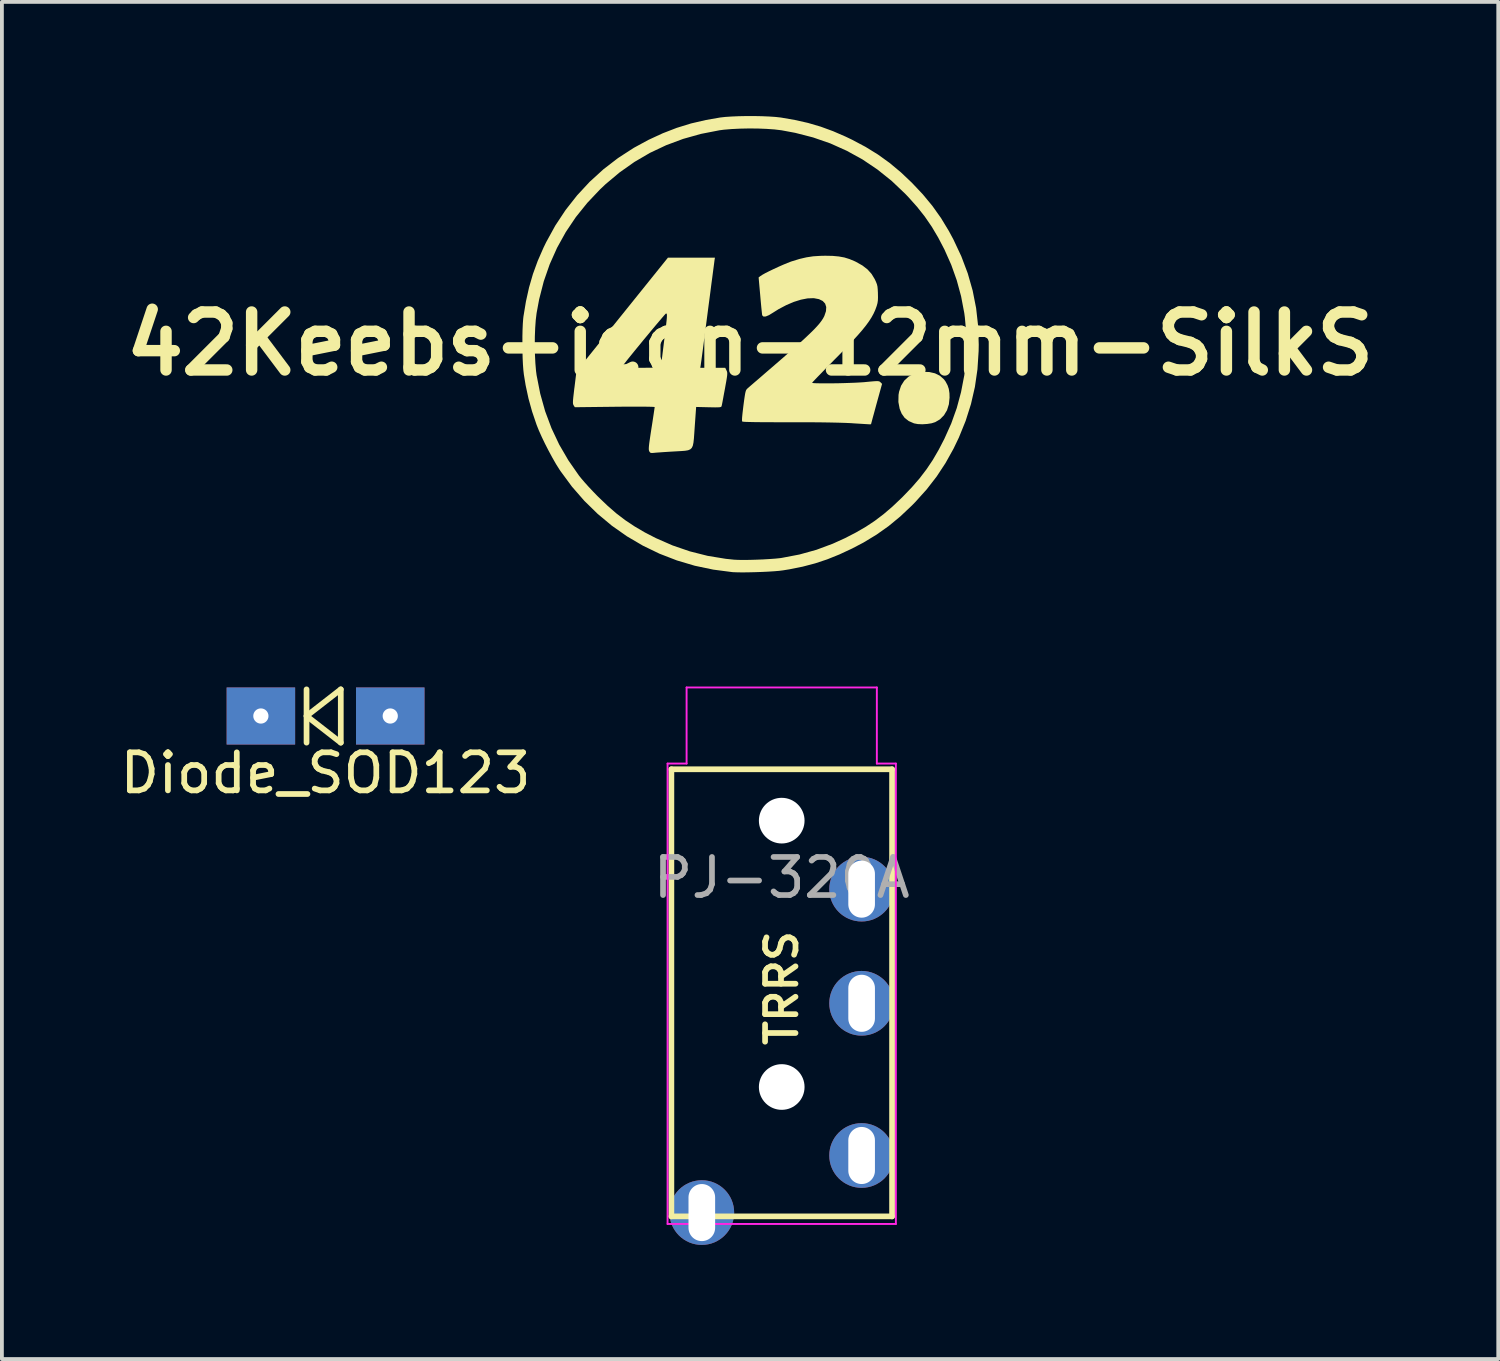
<source format=kicad_pcb>
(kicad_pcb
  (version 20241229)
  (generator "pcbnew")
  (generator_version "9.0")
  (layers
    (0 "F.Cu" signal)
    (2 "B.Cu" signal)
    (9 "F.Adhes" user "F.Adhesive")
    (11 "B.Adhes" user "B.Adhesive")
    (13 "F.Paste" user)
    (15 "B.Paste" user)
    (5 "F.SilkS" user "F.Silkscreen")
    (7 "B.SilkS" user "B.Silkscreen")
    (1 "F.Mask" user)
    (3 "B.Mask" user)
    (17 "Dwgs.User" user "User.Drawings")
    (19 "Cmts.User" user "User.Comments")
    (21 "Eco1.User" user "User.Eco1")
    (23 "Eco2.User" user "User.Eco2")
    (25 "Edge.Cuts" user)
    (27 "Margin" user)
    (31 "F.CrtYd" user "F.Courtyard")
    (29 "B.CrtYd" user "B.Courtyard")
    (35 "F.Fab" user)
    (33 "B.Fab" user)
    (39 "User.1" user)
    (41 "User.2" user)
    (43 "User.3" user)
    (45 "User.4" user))
  (footprint "PJ-320A"
    (layer "F.Cu")
    (at 17.494 17.017)
    (property "Reference" "PJ-320A" (at 0 3 0) (layer "F.Fab") (effects (font (size 1 1) (thickness 0.15))))
    (attr through_hole)
    (fp_line (start -2.9 0.15) (end 2.9 0.15) (stroke (width 0.15) (type solid)) (layer "F.SilkS"))
    (fp_line (start -2.9 11.9) (end -2.9 0.15) (stroke (width 0.15) (type solid)) (layer "F.SilkS"))
    (fp_line (start 2.9 0.15) (end 2.9 11.9) (stroke (width 0.15) (type solid)) (layer "F.SilkS"))
    (fp_line (start 2.9 11.9) (end -2.9 11.9) (stroke (width 0.15) (type solid)) (layer "F.SilkS"))
    (fp_line (start -3 0) (end -2.5 0) (stroke (width 0.05) (type solid)) (layer "F.CrtYd"))
    (fp_line (start -3 12.1) (end -3 0) (stroke (width 0.05) (type solid)) (layer "F.CrtYd"))
    (fp_line (start -2.5 -2) (end 2.5 -2) (stroke (width 0.05) (type solid)) (layer "F.CrtYd"))
    (fp_line (start -2.5 0) (end -2.5 -2) (stroke (width 0.05) (type solid)) (layer "F.CrtYd"))
    (fp_line (start 2.5 -2) (end 2.5 0) (stroke (width 0.05) (type solid)) (layer "F.CrtYd"))
    (fp_line (start 2.5 0) (end 3 0) (stroke (width 0.05) (type solid)) (layer "F.CrtYd"))
    (fp_line (start 3 12.1) (end -3 12.1) (stroke (width 0.05) (type solid)) (layer "F.CrtYd"))
    (fp_line (start 3 12.1) (end 3 0) (stroke (width 0.05) (type solid)) (layer "F.CrtYd"))
    (fp_text user "TRRS" (at 0 5.9 90) (layer "F.SilkS") (effects (font (size 0.8 0.8) (thickness 0.15))))
    (pad "" np_thru_hole circle (at 0 1.5) (size 1.2 1.2) (drill 1.2) (layers "*.Cu" "*.Mask"))
    (pad "" np_thru_hole circle (at 0 8.5) (size 1.2 1.2) (drill 1.2) (layers "*.Cu" "*.Mask"))
    (pad "A" thru_hole circle (at -2.1 11.8) (size 1.7 1.7) (drill oval 0.7 1.5) (layers "*.Cu" "B.Mask"))
    (pad "B" thru_hole circle (at 2.1 3.3) (size 1.7 1.7) (drill oval 0.7 1.5) (layers "*.Cu" "B.Mask"))
    (pad "C" thru_hole circle (at 2.1 6.3) (size 1.7 1.7) (drill oval 0.7 1.5) (layers "*.Cu" "B.Mask"))
    (pad "D" thru_hole circle (at 2.1 10.3) (size 1.7 1.7) (drill oval 0.7 1.5) (layers "*.Cu" "B.Mask")))
  (footprint "Diode_SOD123"
    (placed yes)
    (layer "F.Cu")
    (at 5.506 15.767)
    (property "Reference" "Diode_SOD123" (at 0 1.5 0) (layer "F.SilkS") (effects (font (size 1 1) (thickness 0.15))))
    (attr through_hole)
    (fp_line (start -0.5 -0.7) (end -0.5 0.7) (stroke (width 0.15) (type solid)) (layer "F.SilkS"))
    (fp_line (start -0.5 0) (end 0.4 -0.7) (stroke (width 0.15) (type solid)) (layer "F.SilkS"))
    (fp_line (start 0.4 -0.7) (end 0.4 0.7) (stroke (width 0.15) (type solid)) (layer "F.SilkS"))
    (fp_line (start 0.4 0.7) (end -0.5 0) (stroke (width 0.15) (type solid)) (layer "F.SilkS"))
    (pad "1" thru_hole rect (at -1.7 0) (size 1.8 1.5) (drill 0.4) (layers "*.Cu" "F.Mask"))
    (pad "2" thru_hole rect (at 1.7 0) (size 1.8 1.5) (drill 0.4) (layers "*.Cu" "F.Mask")))
  (footprint "42Keebs-icon-12mm-SilkS"
    (layer "F.Cu")
    (at 16.662 5.984)
    (property "Reference" "42Keebs-icon-12mm-SilkS" (at 0 0 0) (layer "F.SilkS") (effects (font (size 1.524 1.524) (thickness 0.3))))
    (attr board_only exclude_from_pos_files exclude_from_bom)
    (fp_poly (pts (xy 4.706 0.742) (xy 4.86 0.777) (xy 4.991 0.842) (xy 5.097 0.937) (xy 5.138 0.993) (xy 5.19 1.09) (xy 5.223 1.187) (xy 5.24 1.3) (xy 5.243 1.417) (xy 5.225 1.591) (xy 5.176 1.747) (xy 5.096 1.88) (xy 4.99 1.987) (xy 4.866 2.06) (xy 4.772 2.09) (xy 4.654 2.108) (xy 4.528 2.116) (xy 4.409 2.111) (xy 4.313 2.093) (xy 4.308 2.092) (xy 4.169 2.031) (xy 4.063 1.948) (xy 3.984 1.837) (xy 3.932 1.711) (xy 3.898 1.531) (xy 3.902 1.343) (xy 3.916 1.26) (xy 3.969 1.102) (xy 4.052 0.97) (xy 4.163 0.866) (xy 4.301 0.791) (xy 4.463 0.748) (xy 4.533 0.74)) (stroke (width 0) (type solid)) (fill yes) (layer "F.SilkS"))
    (fp_poly (pts (xy -0.931 -2.217) (xy -0.935 -2.189) (xy -0.943 -2.125) (xy -0.956 -2.026) (xy -0.973 -1.898) (xy -0.993 -1.744) (xy -1.017 -1.566) (xy -1.042 -1.369) (xy -1.07 -1.156) (xy -1.1 -0.93) (xy -1.112 -0.836) (xy -1.142 -0.605) (xy -1.171 -0.385) (xy -1.198 -0.18) (xy -1.222 0.008) (xy -1.244 0.175) (xy -1.263 0.317) (xy -1.278 0.43) (xy -1.29 0.512) (xy -1.296 0.558) (xy -1.297 0.566) (xy -1.309 0.632) (xy -0.652 0.632) (xy -0.619 0.701) (xy -0.608 0.726) (xy -0.601 0.753) (xy -0.599 0.786) (xy -0.602 0.833) (xy -0.611 0.899) (xy -0.626 0.99) (xy -0.648 1.112) (xy -0.661 1.185) (xy -0.685 1.312) (xy -0.706 1.427) (xy -0.724 1.524) (xy -0.738 1.595) (xy -0.747 1.634) (xy -0.748 1.638) (xy -0.754 1.652) (xy -0.769 1.662) (xy -0.797 1.668) (xy -0.846 1.671) (xy -0.92 1.672) (xy -1.027 1.67) (xy -1.088 1.669) (xy -1.417 1.661) (xy -1.454 2.181) (xy -1.466 2.356) (xy -1.476 2.494) (xy -1.488 2.601) (xy -1.505 2.681) (xy -1.532 2.737) (xy -1.572 2.775) (xy -1.628 2.799) (xy -1.704 2.812) (xy -1.805 2.82) (xy -1.933 2.827) (xy -2.003 2.831) (xy -2.136 2.839) (xy -2.262 2.847) (xy -2.373 2.855) (xy -2.46 2.861) (xy -2.515 2.866) (xy -2.518 2.867) (xy -2.58 2.871) (xy -2.616 2.866) (xy -2.638 2.845) (xy -2.649 2.826) (xy -2.657 2.806) (xy -2.661 2.779) (xy -2.661 2.74) (xy -2.657 2.684) (xy -2.648 2.606) (xy -2.633 2.501) (xy -2.613 2.365) (xy -2.592 2.228) (xy -2.569 2.083) (xy -2.549 1.951) (xy -2.532 1.838) (xy -2.519 1.749) (xy -2.51 1.689) (xy -2.507 1.663) (xy -2.507 1.663) (xy -2.527 1.66) (xy -2.585 1.657) (xy -2.678 1.655) (xy -2.803 1.653) (xy -2.958 1.653) (xy -3.139 1.653) (xy -3.344 1.654) (xy -3.556 1.656) (xy -4.605 1.668) (xy -4.636 1.62) (xy -4.646 1.601) (xy -4.653 1.576) (xy -4.655 1.54) (xy -4.653 1.487) (xy -4.646 1.411) (xy -4.634 1.307) (xy -4.618 1.169) (xy -4.615 1.15) (xy -4.563 0.727) (xy -4.466 0.606) (xy -3.369 0.606) (xy -3.368 0.614) (xy -3.347 0.621) (xy -3.303 0.625) (xy -3.232 0.629) (xy -3.131 0.631) (xy -2.996 0.632) (xy -2.867 0.632) (xy -2.726 0.631) (xy -2.599 0.63) (xy -2.492 0.627) (xy -2.41 0.624) (xy -2.359 0.62) (xy -2.344 0.617) (xy -2.342 0.593) (xy -2.335 0.535) (xy -2.324 0.445) (xy -2.309 0.331) (xy -2.292 0.195) (xy -2.273 0.044) (xy -2.263 -0.041) (xy -2.238 -0.235) (xy -2.219 -0.393) (xy -2.204 -0.518) (xy -2.193 -0.615) (xy -2.187 -0.685) (xy -2.185 -0.735) (xy -2.186 -0.767) (xy -2.19 -0.785) (xy -2.198 -0.793) (xy -2.208 -0.795) (xy -2.209 -0.795) (xy -2.226 -0.78) (xy -2.265 -0.737) (xy -2.323 -0.669) (xy -2.398 -0.581) (xy -2.486 -0.477) (xy -2.584 -0.36) (xy -2.689 -0.233) (xy -2.799 -0.101) (xy -2.908 0.033) (xy -3.016 0.164) (xy -3.118 0.29) (xy -3.212 0.406) (xy -3.293 0.509) (xy -3.361 0.595) (xy -3.369 0.606) (xy -4.466 0.606) (xy -2.158 -2.263) (xy -0.923 -2.263)) (stroke (width 0) (type solid)) (fill yes) (layer "F.SilkS"))
    (fp_poly (pts (xy 2.17 -2.309) (xy 2.332 -2.294) (xy 2.477 -2.268) (xy 2.612 -2.226) (xy 2.751 -2.168) (xy 2.786 -2.151) (xy 2.954 -2.056) (xy 3.088 -1.952) (xy 3.194 -1.834) (xy 3.277 -1.697) (xy 3.311 -1.623) (xy 3.334 -1.564) (xy 3.348 -1.505) (xy 3.355 -1.433) (xy 3.36 -1.336) (xy 3.36 -1.327) (xy 3.362 -1.218) (xy 3.359 -1.136) (xy 3.349 -1.068) (xy 3.33 -0.999) (xy 3.323 -0.978) (xy 3.288 -0.883) (xy 3.245 -0.789) (xy 3.192 -0.693) (xy 3.127 -0.592) (xy 3.048 -0.483) (xy 2.952 -0.363) (xy 2.836 -0.229) (xy 2.699 -0.079) (xy 2.538 0.092) (xy 2.35 0.285) (xy 2.217 0.419) (xy 2.091 0.548) (xy 1.973 0.667) (xy 1.869 0.775) (xy 1.779 0.867) (xy 1.708 0.941) (xy 1.658 0.994) (xy 1.633 1.022) (xy 1.631 1.026) (xy 1.65 1.032) (xy 1.705 1.037) (xy 1.79 1.039) (xy 1.899 1.041) (xy 2.026 1.041) (xy 2.168 1.04) (xy 2.317 1.038) (xy 2.469 1.034) (xy 2.618 1.029) (xy 2.759 1.024) (xy 2.886 1.017) (xy 2.994 1.01) (xy 3.034 1.006) (xy 3.161 0.994) (xy 3.254 0.986) (xy 3.32 0.982) (xy 3.363 0.983) (xy 3.391 0.988) (xy 3.41 0.997) (xy 3.426 1.011) (xy 3.428 1.013) (xy 3.469 1.054) (xy 3.324 1.579) (xy 3.286 1.719) (xy 3.252 1.845) (xy 3.222 1.953) (xy 3.2 2.037) (xy 3.185 2.091) (xy 3.18 2.112) (xy 3.163 2.117) (xy 3.134 2.117) (xy 3.101 2.115) (xy 3.033 2.111) (xy 2.939 2.105) (xy 2.824 2.098) (xy 2.696 2.09) (xy 2.66 2.087) (xy 2.507 2.08) (xy 2.314 2.074) (xy 2.082 2.069) (xy 1.812 2.065) (xy 1.504 2.063) (xy 1.16 2.063) (xy 1.023 2.063) (xy 0.739 2.063) (xy 0.491 2.062) (xy 0.279 2.061) (xy 0.105 2.059) (xy -0.032 2.056) (xy -0.13 2.053) (xy -0.188 2.048) (xy -0.206 2.044) (xy -0.212 2.016) (xy -0.21 1.948) (xy -0.2 1.842) (xy -0.183 1.696) (xy -0.174 1.622) (xy -0.156 1.485) (xy -0.141 1.383) (xy -0.129 1.309) (xy -0.117 1.257) (xy -0.105 1.222) (xy -0.09 1.198) (xy -0.071 1.178) (xy -0.055 1.163) (xy -0.025 1.137) (xy 0.033 1.087) (xy 0.113 1.018) (xy 0.212 0.933) (xy 0.326 0.835) (xy 0.45 0.727) (xy 0.561 0.632) (xy 0.8 0.425) (xy 1.01 0.242) (xy 1.193 0.081) (xy 1.35 -0.06) (xy 1.484 -0.184) (xy 1.597 -0.292) (xy 1.691 -0.385) (xy 1.768 -0.468) (xy 1.83 -0.54) (xy 1.879 -0.605) (xy 1.917 -0.663) (xy 1.947 -0.719) (xy 1.952 -0.729) (xy 1.995 -0.856) (xy 2.002 -0.965) (xy 1.973 -1.055) (xy 1.909 -1.124) (xy 1.811 -1.172) (xy 1.68 -1.197) (xy 1.663 -1.198) (xy 1.509 -1.192) (xy 1.335 -1.158) (xy 1.147 -1.099) (xy 0.951 -1.015) (xy 0.753 -0.911) (xy 0.605 -0.818) (xy 0.497 -0.752) (xy 0.413 -0.717) (xy 0.355 -0.714) (xy 0.322 -0.743) (xy 0.317 -0.759) (xy 0.313 -0.792) (xy 0.306 -0.859) (xy 0.296 -0.954) (xy 0.285 -1.071) (xy 0.273 -1.202) (xy 0.267 -1.274) (xy 0.225 -1.743) (xy 0.271 -1.778) (xy 0.321 -1.811) (xy 0.401 -1.856) (xy 0.504 -1.908) (xy 0.621 -1.964) (xy 0.744 -2.021) (xy 0.866 -2.075) (xy 0.979 -2.122) (xy 1.074 -2.159) (xy 1.102 -2.168) (xy 1.301 -2.229) (xy 1.481 -2.271) (xy 1.658 -2.298) (xy 1.845 -2.31) (xy 1.977 -2.313)) (stroke (width 0) (type solid)) (fill yes) (layer "F.SilkS"))
    (fp_poly (pts (xy 0.313 -5.98) (xy 0.501 -5.972) (xy 0.667 -5.961) (xy 0.802 -5.946) (xy 0.805 -5.946) (xy 1.179 -5.881) (xy 1.525 -5.803) (xy 1.855 -5.706) (xy 2.18 -5.587) (xy 2.512 -5.443) (xy 2.681 -5.362) (xy 3.035 -5.174) (xy 3.361 -4.973) (xy 3.668 -4.752) (xy 3.965 -4.504) (xy 4.252 -4.232) (xy 4.539 -3.928) (xy 4.792 -3.622) (xy 5.018 -3.304) (xy 5.224 -2.964) (xy 5.343 -2.743) (xy 5.552 -2.298) (xy 5.721 -1.85) (xy 5.85 -1.397) (xy 5.941 -0.936) (xy 5.994 -0.464) (xy 6.01 0.023) (xy 6.007 0.194) (xy 5.976 0.673) (xy 5.909 1.135) (xy 5.806 1.584) (xy 5.666 2.026) (xy 5.488 2.465) (xy 5.347 2.758) (xy 5.137 3.135) (xy 4.904 3.489) (xy 4.643 3.826) (xy 4.349 4.153) (xy 4.252 4.252) (xy 3.948 4.539) (xy 3.641 4.792) (xy 3.322 5.018) (xy 2.982 5.224) (xy 2.681 5.382) (xy 2.346 5.538) (xy 2.026 5.667) (xy 1.709 5.772) (xy 1.382 5.858) (xy 1.034 5.928) (xy 0.866 5.955) (xy 0.765 5.968) (xy 0.632 5.979) (xy 0.476 5.989) (xy 0.307 5.997) (xy 0.132 6.003) (xy -0.039 6.007) (xy -0.198 6.009) (xy -0.337 6.007) (xy -0.445 6.003) (xy -0.469 6.001) (xy -0.967 5.936) (xy -1.453 5.834) (xy -1.924 5.694) (xy -2.379 5.518) (xy -2.817 5.306) (xy -3.235 5.061) (xy -3.632 4.782) (xy -4.006 4.47) (xy -4.356 4.128) (xy -4.681 3.755) (xy -4.978 3.352) (xy -5.011 3.303) (xy -5.099 3.163) (xy -5.194 2.997) (xy -5.292 2.816) (xy -5.388 2.629) (xy -5.476 2.446) (xy -5.551 2.278) (xy -5.609 2.133) (xy -5.61 2.13) (xy -5.729 1.779) (xy -5.823 1.439) (xy -5.898 1.091) (xy -5.945 0.805) (xy -5.958 0.69) (xy -5.969 0.542) (xy -5.977 0.372) (xy -5.981 0.188) (xy -5.983 0.052) (xy -5.658 0.052) (xy -5.653 0.288) (xy -5.642 0.512) (xy -5.625 0.712) (xy -5.61 0.826) (xy -5.515 1.31) (xy -5.385 1.774) (xy -5.218 2.221) (xy -5.015 2.651) (xy -4.774 3.065) (xy -4.496 3.465) (xy -4.491 3.471) (xy -4.428 3.549) (xy -4.343 3.648) (xy -4.243 3.759) (xy -4.134 3.875) (xy -4.025 3.988) (xy -3.996 4.017) (xy -3.752 4.251) (xy -3.517 4.456) (xy -3.28 4.637) (xy -3.032 4.802) (xy -2.764 4.959) (xy -2.477 5.107) (xy -2.037 5.3) (xy -1.582 5.456) (xy -1.115 5.574) (xy -0.639 5.652) (xy -0.418 5.675) (xy -0.31 5.68) (xy -0.17 5.682) (xy -0.009 5.68) (xy 0.164 5.675) (xy 0.34 5.668) (xy 0.509 5.658) (xy 0.663 5.647) (xy 0.79 5.634) (xy 0.836 5.627) (xy 1.297 5.539) (xy 1.741 5.416) (xy 2.173 5.255) (xy 2.497 5.108) (xy 2.785 4.959) (xy 3.044 4.809) (xy 3.283 4.65) (xy 3.511 4.477) (xy 3.739 4.282) (xy 3.974 4.059) (xy 4.017 4.017) (xy 4.251 3.773) (xy 4.455 3.538) (xy 4.636 3.301) (xy 4.802 3.054) (xy 4.958 2.785) (xy 5.107 2.497) (xy 5.287 2.096) (xy 5.432 1.69) (xy 5.545 1.27) (xy 5.63 0.828) (xy 5.63 0.826) (xy 5.652 0.645) (xy 5.667 0.436) (xy 5.676 0.207) (xy 5.678 -0.031) (xy 5.674 -0.267) (xy 5.663 -0.491) (xy 5.645 -0.691) (xy 5.63 -0.805) (xy 5.546 -1.248) (xy 5.432 -1.668) (xy 5.287 -2.075) (xy 5.108 -2.477) (xy 4.943 -2.793) (xy 4.773 -3.079) (xy 4.59 -3.345) (xy 4.388 -3.6) (xy 4.16 -3.855) (xy 4.077 -3.942) (xy 3.723 -4.278) (xy 3.349 -4.578) (xy 2.956 -4.843) (xy 2.542 -5.071) (xy 2.11 -5.265) (xy 1.657 -5.422) (xy 1.186 -5.543) (xy 0.826 -5.61) (xy 0.645 -5.632) (xy 0.435 -5.647) (xy 0.206 -5.656) (xy -0.032 -5.658) (xy -0.268 -5.653) (xy -0.491 -5.642) (xy -0.692 -5.625) (xy -0.805 -5.61) (xy -1.291 -5.515) (xy -1.758 -5.384) (xy -2.204 -5.218) (xy -2.632 -5.016) (xy -3.039 -4.778) (xy -3.427 -4.504) (xy -3.796 -4.195) (xy -3.942 -4.057) (xy -4.278 -3.702) (xy -4.579 -3.328) (xy -4.843 -2.935) (xy -5.072 -2.522) (xy -5.265 -2.09) (xy -5.422 -1.639) (xy -5.543 -1.167) (xy -5.61 -0.805) (xy -5.632 -0.625) (xy -5.647 -0.415) (xy -5.656 -0.186) (xy -5.658 0.052) (xy -5.983 0.052) (xy -5.983 -0.003) (xy -5.983 -0.191) (xy -5.979 -0.369) (xy -5.972 -0.527) (xy -5.962 -0.658) (xy -5.956 -0.713) (xy -5.89 -1.112) (xy -5.808 -1.481) (xy -5.706 -1.833) (xy -5.581 -2.176) (xy -5.43 -2.522) (xy -5.358 -2.67) (xy -5.119 -3.105) (xy -4.848 -3.515) (xy -4.546 -3.899) (xy -4.215 -4.256) (xy -3.855 -4.584) (xy -3.468 -4.882) (xy -3.055 -5.149) (xy -2.67 -5.358) (xy -2.296 -5.531) (xy -1.926 -5.674) (xy -1.55 -5.79) (xy -1.158 -5.881) (xy -0.785 -5.946) (xy -0.651 -5.961) (xy -0.485 -5.972) (xy -0.297 -5.98) (xy -0.095 -5.984) (xy 0.111 -5.984)) (stroke (width 0) (type solid)) (fill yes) (layer "F.SilkS")))
  (gr_rect
    (start -3 -3)
    (end 36.325 32.667)
    (stroke (width 0.1) (type default))
    (fill no)
    (layer "Edge.Cuts")))
</source>
